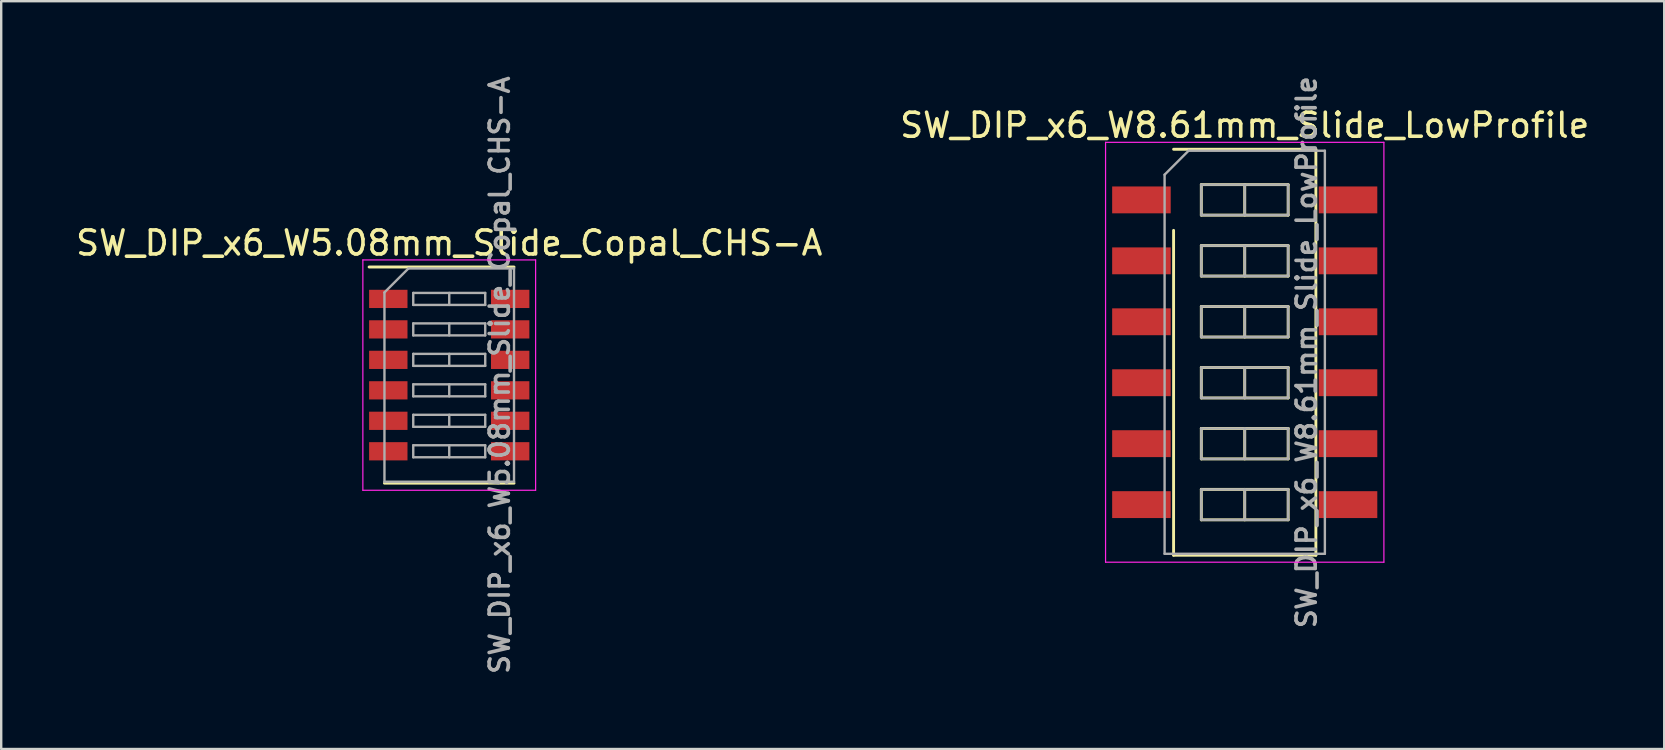
<source format=kicad_pcb>
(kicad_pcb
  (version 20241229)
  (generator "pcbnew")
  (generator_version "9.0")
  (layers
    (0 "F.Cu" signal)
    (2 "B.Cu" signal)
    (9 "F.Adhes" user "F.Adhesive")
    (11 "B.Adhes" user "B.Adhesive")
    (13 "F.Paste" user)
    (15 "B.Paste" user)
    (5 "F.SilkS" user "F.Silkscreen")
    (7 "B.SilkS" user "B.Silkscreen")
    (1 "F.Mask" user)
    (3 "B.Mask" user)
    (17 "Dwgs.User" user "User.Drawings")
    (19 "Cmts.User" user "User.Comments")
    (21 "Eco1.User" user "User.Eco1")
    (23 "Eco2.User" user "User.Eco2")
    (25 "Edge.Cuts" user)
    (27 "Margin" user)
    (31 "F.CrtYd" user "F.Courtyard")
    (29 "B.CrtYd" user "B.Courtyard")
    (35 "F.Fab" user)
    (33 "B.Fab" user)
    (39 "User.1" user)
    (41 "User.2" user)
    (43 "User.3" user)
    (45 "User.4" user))
  (footprint "SW_DIP_x6_W5.08mm_Slide_Copal_CHS-A"
    (layer "F.Cu")
    (at 15.673 12.583)
    (property "Reference" "SW_DIP_x6_W5.08mm_Slide_Copal_CHS-A" (at 0 -5.505 0) (layer "F.SilkS") (effects (font (size 1 1) (thickness 0.15))))
    (attr smd)
    (fp_line (start -3.34 -4.505) (end 2.7 -4.505) (stroke (width 0.12) (type solid)) (layer "F.SilkS"))
    (fp_line (start -2.7 4.505) (end 2.7 4.505) (stroke (width 0.12) (type solid)) (layer "F.SilkS"))
    (fp_line (start -3.6 -4.8) (end -3.6 4.8) (stroke (width 0.05) (type solid)) (layer "F.CrtYd"))
    (fp_line (start -3.6 4.8) (end 3.6 4.8) (stroke (width 0.05) (type solid)) (layer "F.CrtYd"))
    (fp_line (start 3.6 -4.8) (end -3.6 -4.8) (stroke (width 0.05) (type solid)) (layer "F.CrtYd"))
    (fp_line (start 3.6 4.8) (end 3.6 -4.8) (stroke (width 0.05) (type solid)) (layer "F.CrtYd"))
    (fp_line (start -2.7 -3.445) (end -1.7 -4.445) (stroke (width 0.1) (type solid)) (layer "F.Fab"))
    (fp_line (start -2.7 4.445) (end -2.7 -3.445) (stroke (width 0.1) (type solid)) (layer "F.Fab"))
    (fp_line (start -1.7 -4.445) (end 2.7 -4.445) (stroke (width 0.1) (type solid)) (layer "F.Fab"))
    (fp_line (start -1.5 -3.425) (end -1.5 -2.925) (stroke (width 0.1) (type solid)) (layer "F.Fab"))
    (fp_line (start -1.5 -2.925) (end 1.5 -2.925) (stroke (width 0.1) (type solid)) (layer "F.Fab"))
    (fp_line (start -1.5 -2.155) (end -1.5 -1.655) (stroke (width 0.1) (type solid)) (layer "F.Fab"))
    (fp_line (start -1.5 -1.655) (end 1.5 -1.655) (stroke (width 0.1) (type solid)) (layer "F.Fab"))
    (fp_line (start -1.5 -0.885) (end -1.5 -0.385) (stroke (width 0.1) (type solid)) (layer "F.Fab"))
    (fp_line (start -1.5 -0.385) (end 1.5 -0.385) (stroke (width 0.1) (type solid)) (layer "F.Fab"))
    (fp_line (start -1.5 0.385) (end -1.5 0.885) (stroke (width 0.1) (type solid)) (layer "F.Fab"))
    (fp_line (start -1.5 0.885) (end 1.5 0.885) (stroke (width 0.1) (type solid)) (layer "F.Fab"))
    (fp_line (start -1.5 1.655) (end -1.5 2.155) (stroke (width 0.1) (type solid)) (layer "F.Fab"))
    (fp_line (start -1.5 2.155) (end 1.5 2.155) (stroke (width 0.1) (type solid)) (layer "F.Fab"))
    (fp_line (start -1.5 2.925) (end -1.5 3.425) (stroke (width 0.1) (type solid)) (layer "F.Fab"))
    (fp_line (start -1.5 3.425) (end 1.5 3.425) (stroke (width 0.1) (type solid)) (layer "F.Fab"))
    (fp_line (start 0 -3.425) (end 0 -2.925) (stroke (width 0.1) (type solid)) (layer "F.Fab"))
    (fp_line (start 0 -2.155) (end 0 -1.655) (stroke (width 0.1) (type solid)) (layer "F.Fab"))
    (fp_line (start 0 -0.885) (end 0 -0.385) (stroke (width 0.1) (type solid)) (layer "F.Fab"))
    (fp_line (start 0 0.385) (end 0 0.885) (stroke (width 0.1) (type solid)) (layer "F.Fab"))
    (fp_line (start 0 1.655) (end 0 2.155) (stroke (width 0.1) (type solid)) (layer "F.Fab"))
    (fp_line (start 0 2.925) (end 0 3.425) (stroke (width 0.1) (type solid)) (layer "F.Fab"))
    (fp_line (start 1.5 -3.425) (end -1.5 -3.425) (stroke (width 0.1) (type solid)) (layer "F.Fab"))
    (fp_line (start 1.5 -2.925) (end 1.5 -3.425) (stroke (width 0.1) (type solid)) (layer "F.Fab"))
    (fp_line (start 1.5 -2.155) (end -1.5 -2.155) (stroke (width 0.1) (type solid)) (layer "F.Fab"))
    (fp_line (start 1.5 -1.655) (end 1.5 -2.155) (stroke (width 0.1) (type solid)) (layer "F.Fab"))
    (fp_line (start 1.5 -0.885) (end -1.5 -0.885) (stroke (width 0.1) (type solid)) (layer "F.Fab"))
    (fp_line (start 1.5 -0.385) (end 1.5 -0.885) (stroke (width 0.1) (type solid)) (layer "F.Fab"))
    (fp_line (start 1.5 0.385) (end -1.5 0.385) (stroke (width 0.1) (type solid)) (layer "F.Fab"))
    (fp_line (start 1.5 0.885) (end 1.5 0.385) (stroke (width 0.1) (type solid)) (layer "F.Fab"))
    (fp_line (start 1.5 1.655) (end -1.5 1.655) (stroke (width 0.1) (type solid)) (layer "F.Fab"))
    (fp_line (start 1.5 2.155) (end 1.5 1.655) (stroke (width 0.1) (type solid)) (layer "F.Fab"))
    (fp_line (start 1.5 2.925) (end -1.5 2.925) (stroke (width 0.1) (type solid)) (layer "F.Fab"))
    (fp_line (start 1.5 3.425) (end 1.5 2.925) (stroke (width 0.1) (type solid)) (layer "F.Fab"))
    (fp_line (start 2.7 -4.445) (end 2.7 4.445) (stroke (width 0.1) (type solid)) (layer "F.Fab"))
    (fp_line (start 2.7 4.445) (end -2.7 4.445) (stroke (width 0.1) (type solid)) (layer "F.Fab"))
    (fp_text user "${REFERENCE}" (at 2.1 0 90) (layer "F.Fab") (effects (font (size 0.8 0.8) (thickness 0.15))))
    (pad "1" smd rect (at -2.54 -3.175) (size 1.6 0.76) (layers "F.Cu" "F.Mask" "F.Paste"))
    (pad "2" smd rect (at -2.54 -1.905) (size 1.6 0.76) (layers "F.Cu" "F.Mask" "F.Paste"))
    (pad "3" smd rect (at -2.54 -0.635) (size 1.6 0.76) (layers "F.Cu" "F.Mask" "F.Paste"))
    (pad "4" smd rect (at -2.54 0.635) (size 1.6 0.76) (layers "F.Cu" "F.Mask" "F.Paste"))
    (pad "5" smd rect (at -2.54 1.905) (size 1.6 0.76) (layers "F.Cu" "F.Mask" "F.Paste"))
    (pad "6" smd rect (at -2.54 3.175) (size 1.6 0.76) (layers "F.Cu" "F.Mask" "F.Paste"))
    (pad "7" smd rect (at 2.54 3.175) (size 1.6 0.76) (layers "F.Cu" "F.Mask" "F.Paste"))
    (pad "8" smd rect (at 2.54 1.905) (size 1.6 0.76) (layers "F.Cu" "F.Mask" "F.Paste"))
    (pad "9" smd rect (at 2.54 0.635) (size 1.6 0.76) (layers "F.Cu" "F.Mask" "F.Paste"))
    (pad "10" smd rect (at 2.54 -0.635) (size 1.6 0.76) (layers "F.Cu" "F.Mask" "F.Paste"))
    (pad "11" smd rect (at 2.54 -1.905) (size 1.6 0.76) (layers "F.Cu" "F.Mask" "F.Paste"))
    (pad "12" smd rect (at 2.54 -3.175) (size 1.6 0.76) (layers "F.Cu" "F.Mask" "F.Paste")))
  (footprint "SW_DIP_x6_W8.61mm_Slide_LowProfile"
    (layer "F.Cu")
    (at 48.827 11.631)
    (property "Reference" "SW_DIP_x6_W8.61mm_Slide_LowProfile" (at 0 -9.46 0) (layer "F.SilkS") (effects (font (size 1 1) (thickness 0.15))))
    (attr smd)
    (fp_line (start -2.965 -8.46) (end 2.965 -8.46) (stroke (width 0.12) (type solid)) (layer "F.SilkS"))
    (fp_line (start -2.965 8.46) (end -2.965 -5.08) (stroke (width 0.12) (type solid)) (layer "F.SilkS"))
    (fp_line (start -1.81 -6.985) (end -1.81 -5.715) (stroke (width 0.12) (type solid)) (layer "F.SilkS"))
    (fp_line (start -1.81 -5.715) (end 1.81 -5.715) (stroke (width 0.12) (type solid)) (layer "F.SilkS"))
    (fp_line (start -1.81 -4.445) (end -1.81 -3.175) (stroke (width 0.12) (type solid)) (layer "F.SilkS"))
    (fp_line (start -1.81 -3.175) (end 1.81 -3.175) (stroke (width 0.12) (type solid)) (layer "F.SilkS"))
    (fp_line (start -1.81 -1.905) (end -1.81 -0.635) (stroke (width 0.12) (type solid)) (layer "F.SilkS"))
    (fp_line (start -1.81 -0.635) (end 1.81 -0.635) (stroke (width 0.12) (type solid)) (layer "F.SilkS"))
    (fp_line (start -1.81 0.635) (end -1.81 1.905) (stroke (width 0.12) (type solid)) (layer "F.SilkS"))
    (fp_line (start -1.81 1.905) (end 1.81 1.905) (stroke (width 0.12) (type solid)) (layer "F.SilkS"))
    (fp_line (start -1.81 3.175) (end -1.81 4.445) (stroke (width 0.12) (type solid)) (layer "F.SilkS"))
    (fp_line (start -1.81 4.445) (end 1.81 4.445) (stroke (width 0.12) (type solid)) (layer "F.SilkS"))
    (fp_line (start -1.81 5.715) (end -1.81 6.985) (stroke (width 0.12) (type solid)) (layer "F.SilkS"))
    (fp_line (start -1.81 6.985) (end 1.81 6.985) (stroke (width 0.12) (type solid)) (layer "F.SilkS"))
    (fp_line (start 0 -6.985) (end 0 -5.715) (stroke (width 0.12) (type solid)) (layer "F.SilkS"))
    (fp_line (start 0 -4.445) (end 0 -3.175) (stroke (width 0.12) (type solid)) (layer "F.SilkS"))
    (fp_line (start 0 -1.905) (end 0 -0.635) (stroke (width 0.12) (type solid)) (layer "F.SilkS"))
    (fp_line (start 0 0.635) (end 0 1.905) (stroke (width 0.12) (type solid)) (layer "F.SilkS"))
    (fp_line (start 0 3.175) (end 0 4.445) (stroke (width 0.12) (type solid)) (layer "F.SilkS"))
    (fp_line (start 0 5.715) (end 0 6.985) (stroke (width 0.12) (type solid)) (layer "F.SilkS"))
    (fp_line (start 1.81 -6.985) (end -1.81 -6.985) (stroke (width 0.12) (type solid)) (layer "F.SilkS"))
    (fp_line (start 1.81 -5.715) (end 1.81 -6.985) (stroke (width 0.12) (type solid)) (layer "F.SilkS"))
    (fp_line (start 1.81 -4.445) (end -1.81 -4.445) (stroke (width 0.12) (type solid)) (layer "F.SilkS"))
    (fp_line (start 1.81 -3.175) (end 1.81 -4.445) (stroke (width 0.12) (type solid)) (layer "F.SilkS"))
    (fp_line (start 1.81 -1.905) (end -1.81 -1.905) (stroke (width 0.12) (type solid)) (layer "F.SilkS"))
    (fp_line (start 1.81 -0.635) (end 1.81 -1.905) (stroke (width 0.12) (type solid)) (layer "F.SilkS"))
    (fp_line (start 1.81 0.635) (end -1.81 0.635) (stroke (width 0.12) (type solid)) (layer "F.SilkS"))
    (fp_line (start 1.81 1.905) (end 1.81 0.635) (stroke (width 0.12) (type solid)) (layer "F.SilkS"))
    (fp_line (start 1.81 3.175) (end -1.81 3.175) (stroke (width 0.12) (type solid)) (layer "F.SilkS"))
    (fp_line (start 1.81 4.445) (end 1.81 3.175) (stroke (width 0.12) (type solid)) (layer "F.SilkS"))
    (fp_line (start 1.81 5.715) (end -1.81 5.715) (stroke (width 0.12) (type solid)) (layer "F.SilkS"))
    (fp_line (start 1.81 6.985) (end 1.81 5.715) (stroke (width 0.12) (type solid)) (layer "F.SilkS"))
    (fp_line (start 2.965 -8.46) (end 2.965 8.46) (stroke (width 0.12) (type solid)) (layer "F.SilkS"))
    (fp_line (start 2.965 8.46) (end -2.965 8.46) (stroke (width 0.12) (type solid)) (layer "F.SilkS"))
    (fp_line (start -5.8 -8.75) (end -5.8 8.75) (stroke (width 0.05) (type solid)) (layer "F.CrtYd"))
    (fp_line (start -5.8 8.75) (end 5.8 8.75) (stroke (width 0.05) (type solid)) (layer "F.CrtYd"))
    (fp_line (start 5.8 -8.75) (end -5.8 -8.75) (stroke (width 0.05) (type solid)) (layer "F.CrtYd"))
    (fp_line (start 5.8 8.75) (end 5.8 -8.75) (stroke (width 0.05) (type solid)) (layer "F.CrtYd"))
    (fp_line (start -3.34 -7.4) (end -2.34 -8.4) (stroke (width 0.1) (type solid)) (layer "F.Fab"))
    (fp_line (start -3.34 8.4) (end -3.34 -7.4) (stroke (width 0.1) (type solid)) (layer "F.Fab"))
    (fp_line (start -2.34 -8.4) (end 3.34 -8.4) (stroke (width 0.1) (type solid)) (layer "F.Fab"))
    (fp_line (start -1.81 -6.985) (end -1.81 -5.715) (stroke (width 0.1) (type solid)) (layer "F.Fab"))
    (fp_line (start -1.81 -5.715) (end 1.81 -5.715) (stroke (width 0.1) (type solid)) (layer "F.Fab"))
    (fp_line (start -1.81 -4.445) (end -1.81 -3.175) (stroke (width 0.1) (type solid)) (layer "F.Fab"))
    (fp_line (start -1.81 -3.175) (end 1.81 -3.175) (stroke (width 0.1) (type solid)) (layer "F.Fab"))
    (fp_line (start -1.81 -1.905) (end -1.81 -0.635) (stroke (width 0.1) (type solid)) (layer "F.Fab"))
    (fp_line (start -1.81 -0.635) (end 1.81 -0.635) (stroke (width 0.1) (type solid)) (layer "F.Fab"))
    (fp_line (start -1.81 0.635) (end -1.81 1.905) (stroke (width 0.1) (type solid)) (layer "F.Fab"))
    (fp_line (start -1.81 1.905) (end 1.81 1.905) (stroke (width 0.1) (type solid)) (layer "F.Fab"))
    (fp_line (start -1.81 3.175) (end -1.81 4.445) (stroke (width 0.1) (type solid)) (layer "F.Fab"))
    (fp_line (start -1.81 4.445) (end 1.81 4.445) (stroke (width 0.1) (type solid)) (layer "F.Fab"))
    (fp_line (start -1.81 5.715) (end -1.81 6.985) (stroke (width 0.1) (type solid)) (layer "F.Fab"))
    (fp_line (start -1.81 6.985) (end 1.81 6.985) (stroke (width 0.1) (type solid)) (layer "F.Fab"))
    (fp_line (start 0 -6.985) (end 0 -5.715) (stroke (width 0.1) (type solid)) (layer "F.Fab"))
    (fp_line (start 0 -4.445) (end 0 -3.175) (stroke (width 0.1) (type solid)) (layer "F.Fab"))
    (fp_line (start 0 -1.905) (end 0 -0.635) (stroke (width 0.1) (type solid)) (layer "F.Fab"))
    (fp_line (start 0 0.635) (end 0 1.905) (stroke (width 0.1) (type solid)) (layer "F.Fab"))
    (fp_line (start 0 3.175) (end 0 4.445) (stroke (width 0.1) (type solid)) (layer "F.Fab"))
    (fp_line (start 0 5.715) (end 0 6.985) (stroke (width 0.1) (type solid)) (layer "F.Fab"))
    (fp_line (start 1.81 -6.985) (end -1.81 -6.985) (stroke (width 0.1) (type solid)) (layer "F.Fab"))
    (fp_line (start 1.81 -5.715) (end 1.81 -6.985) (stroke (width 0.1) (type solid)) (layer "F.Fab"))
    (fp_line (start 1.81 -4.445) (end -1.81 -4.445) (stroke (width 0.1) (type solid)) (layer "F.Fab"))
    (fp_line (start 1.81 -3.175) (end 1.81 -4.445) (stroke (width 0.1) (type solid)) (layer "F.Fab"))
    (fp_line (start 1.81 -1.905) (end -1.81 -1.905) (stroke (width 0.1) (type solid)) (layer "F.Fab"))
    (fp_line (start 1.81 -0.635) (end 1.81 -1.905) (stroke (width 0.1) (type solid)) (layer "F.Fab"))
    (fp_line (start 1.81 0.635) (end -1.81 0.635) (stroke (width 0.1) (type solid)) (layer "F.Fab"))
    (fp_line (start 1.81 1.905) (end 1.81 0.635) (stroke (width 0.1) (type solid)) (layer "F.Fab"))
    (fp_line (start 1.81 3.175) (end -1.81 3.175) (stroke (width 0.1) (type solid)) (layer "F.Fab"))
    (fp_line (start 1.81 4.445) (end 1.81 3.175) (stroke (width 0.1) (type solid)) (layer "F.Fab"))
    (fp_line (start 1.81 5.715) (end -1.81 5.715) (stroke (width 0.1) (type solid)) (layer "F.Fab"))
    (fp_line (start 1.81 6.985) (end 1.81 5.715) (stroke (width 0.1) (type solid)) (layer "F.Fab"))
    (fp_line (start 3.34 -8.4) (end 3.34 8.4) (stroke (width 0.1) (type solid)) (layer "F.Fab"))
    (fp_line (start 3.34 8.4) (end -3.34 8.4) (stroke (width 0.1) (type solid)) (layer "F.Fab"))
    (fp_text user "${REFERENCE}" (at 2.575 0 90) (layer "F.Fab") (effects (font (size 0.8 0.8) (thickness 0.15))))
    (pad "1" smd rect (at -4.305 -6.35) (size 2.44 1.12) (layers "F.Cu" "F.Mask" "F.Paste"))
    (pad "2" smd rect (at -4.305 -3.81) (size 2.44 1.12) (layers "F.Cu" "F.Mask" "F.Paste"))
    (pad "3" smd rect (at -4.305 -1.27) (size 2.44 1.12) (layers "F.Cu" "F.Mask" "F.Paste"))
    (pad "4" smd rect (at -4.305 1.27) (size 2.44 1.12) (layers "F.Cu" "F.Mask" "F.Paste"))
    (pad "5" smd rect (at -4.305 3.81) (size 2.44 1.12) (layers "F.Cu" "F.Mask" "F.Paste"))
    (pad "6" smd rect (at -4.305 6.35) (size 2.44 1.12) (layers "F.Cu" "F.Mask" "F.Paste"))
    (pad "7" smd rect (at 4.305 6.35) (size 2.44 1.12) (layers "F.Cu" "F.Mask" "F.Paste"))
    (pad "8" smd rect (at 4.305 3.81) (size 2.44 1.12) (layers "F.Cu" "F.Mask" "F.Paste"))
    (pad "9" smd rect (at 4.305 1.27) (size 2.44 1.12) (layers "F.Cu" "F.Mask" "F.Paste"))
    (pad "10" smd rect (at 4.305 -1.27) (size 2.44 1.12) (layers "F.Cu" "F.Mask" "F.Paste"))
    (pad "11" smd rect (at 4.305 -3.81) (size 2.44 1.12) (layers "F.Cu" "F.Mask" "F.Paste"))
    (pad "12" smd rect (at 4.305 -6.35) (size 2.44 1.12) (layers "F.Cu" "F.Mask" "F.Paste")))
  (gr_rect
    (start -3 -3)
    (end 66.31 28.166)
    (stroke (width 0.1) (type default))
    (fill no)
    (layer "Edge.Cuts")))
</source>
